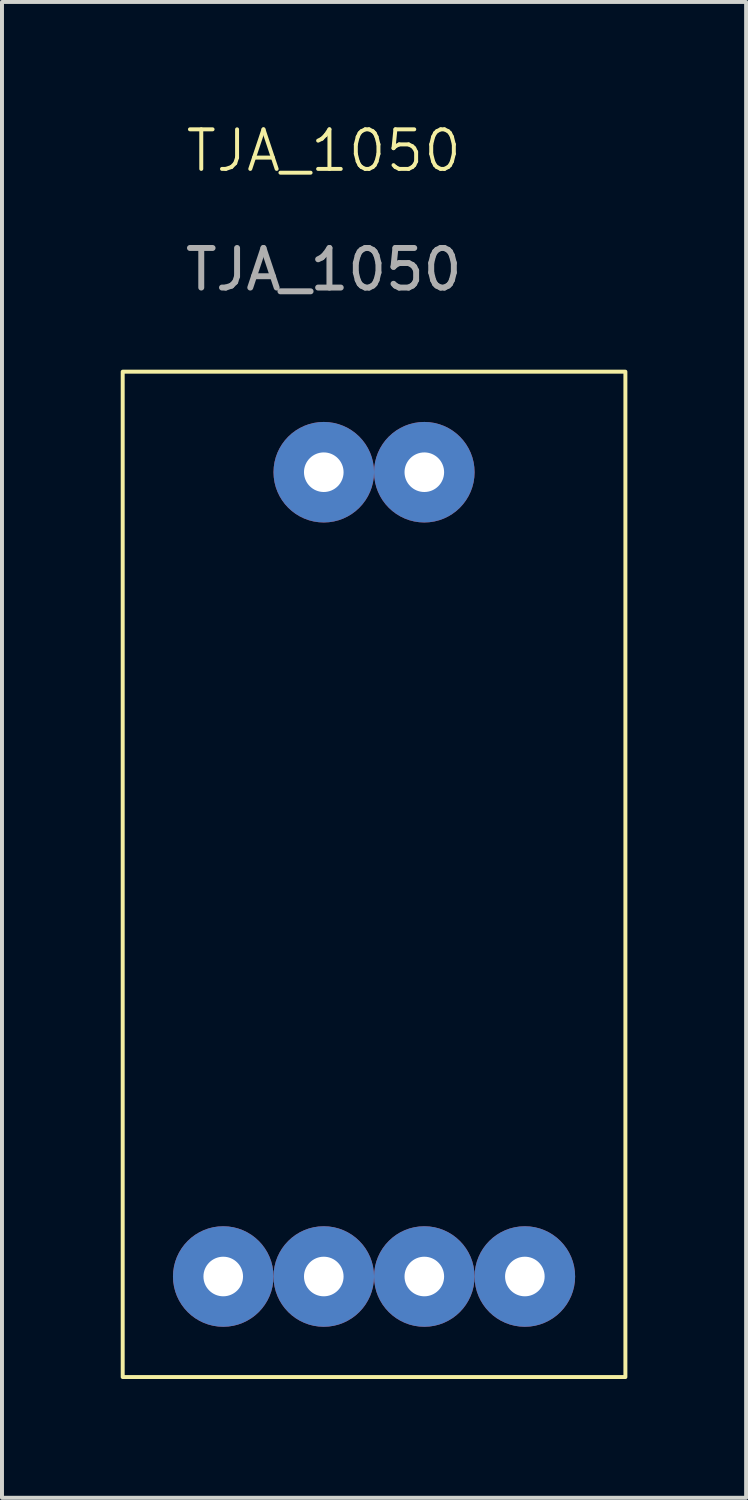
<source format=kicad_pcb>
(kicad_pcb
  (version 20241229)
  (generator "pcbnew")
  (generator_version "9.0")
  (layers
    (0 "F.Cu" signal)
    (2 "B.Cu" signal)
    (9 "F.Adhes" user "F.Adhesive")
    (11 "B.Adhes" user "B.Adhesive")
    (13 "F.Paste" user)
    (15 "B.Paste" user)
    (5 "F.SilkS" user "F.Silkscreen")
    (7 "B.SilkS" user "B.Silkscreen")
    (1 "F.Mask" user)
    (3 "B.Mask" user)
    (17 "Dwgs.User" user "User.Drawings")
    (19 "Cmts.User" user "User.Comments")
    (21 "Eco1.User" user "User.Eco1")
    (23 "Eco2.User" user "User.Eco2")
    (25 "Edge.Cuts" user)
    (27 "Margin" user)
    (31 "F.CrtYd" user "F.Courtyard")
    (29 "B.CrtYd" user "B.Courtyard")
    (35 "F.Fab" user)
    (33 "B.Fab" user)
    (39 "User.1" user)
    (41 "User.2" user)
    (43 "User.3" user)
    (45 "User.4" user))
  (footprint "TJA_1050"
    (layer "F.Cu")
    (at 5.13 1.26)
    (property "Reference" "TJA_1050" (at 0 -0.5 0) (unlocked yes) (layer "F.SilkS") (effects (font (size 1 1) (thickness 0.1))))
    (attr smd)
    (fp_rect (start -5.08 5.08) (end 7.62 30.48) (stroke (width 0.1) (type default)) (fill no) (layer "F.SilkS"))
    (fp_text user "${REFERENCE}" (at 0 2.5 0) (unlocked yes) (layer "F.Fab") (effects (font (size 1 1) (thickness 0.15))))
    (pad "1" thru_hole circle (at 2.54 7.62) (size 2.54 2.54) (drill 1) (layers "*.Cu" "*.Mask"))
    (pad "2" thru_hole circle (at 0 7.62) (size 2.54 2.54) (drill 1) (layers "*.Cu" "*.Mask"))
    (pad "3" thru_hole circle (at 5.08 27.94) (size 2.54 2.54) (drill 1) (layers "*.Cu" "*.Mask"))
    (pad "4" thru_hole circle (at 2.54 27.94) (size 2.54 2.54) (drill 1) (layers "*.Cu" "*.Mask"))
    (pad "5" thru_hole circle (at 0 27.94) (size 2.54 2.54) (drill 1) (layers "*.Cu" "*.Mask"))
    (pad "6" thru_hole circle (at -2.54 27.94) (size 2.54 2.54) (drill 1) (layers "*.Cu" "*.Mask")))
  (gr_rect
    (start -3 -3)
    (end 15.8 34.791)
    (stroke (width 0.1) (type default))
    (fill no)
    (layer "Edge.Cuts")))
</source>
